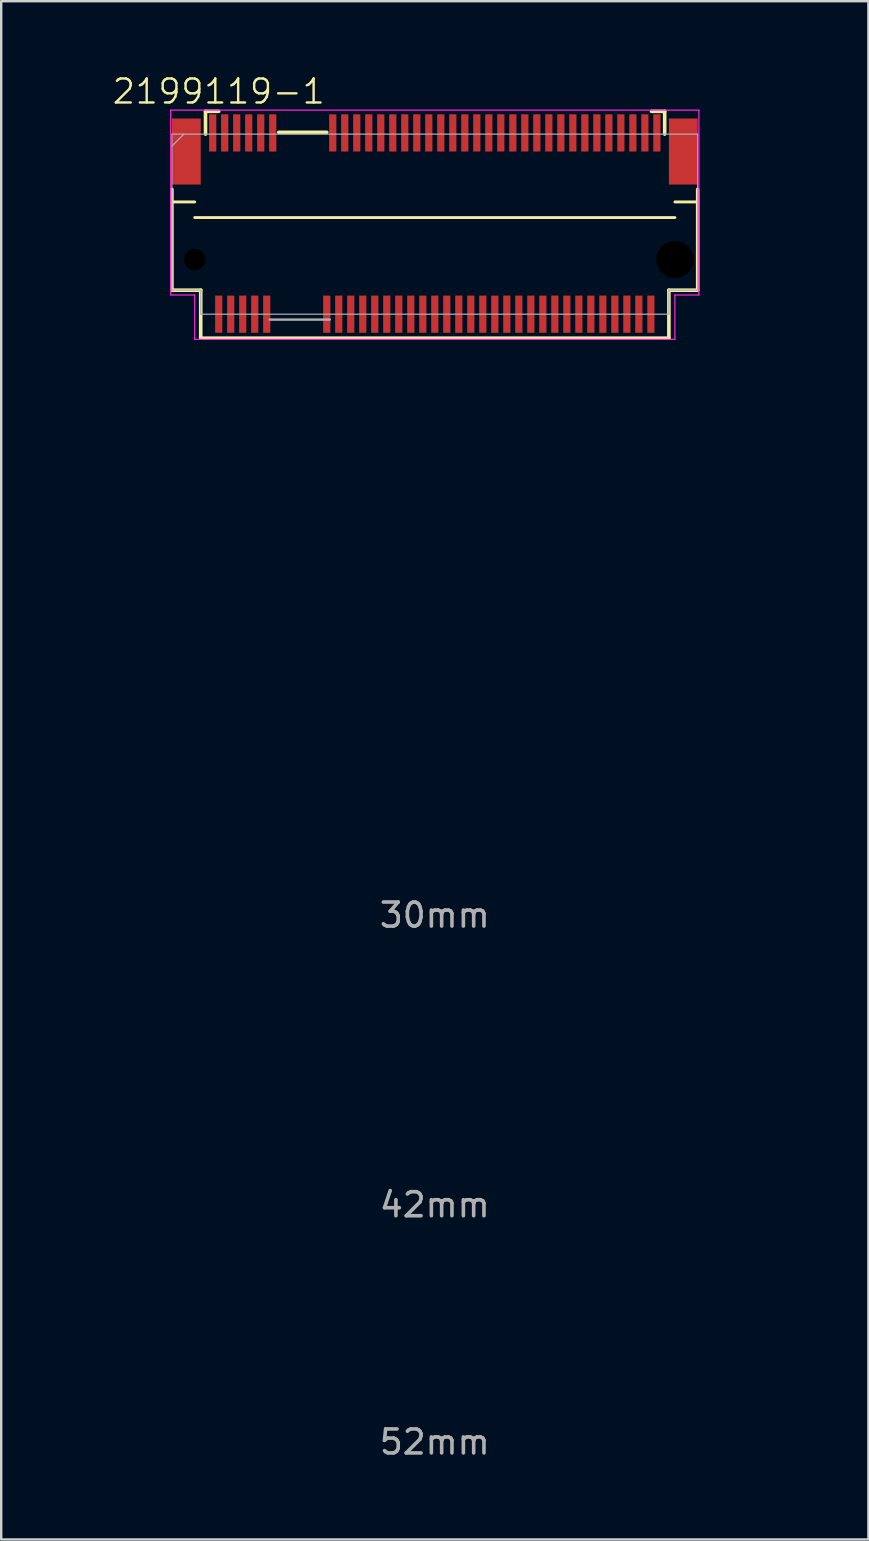
<source format=kicad_pcb>
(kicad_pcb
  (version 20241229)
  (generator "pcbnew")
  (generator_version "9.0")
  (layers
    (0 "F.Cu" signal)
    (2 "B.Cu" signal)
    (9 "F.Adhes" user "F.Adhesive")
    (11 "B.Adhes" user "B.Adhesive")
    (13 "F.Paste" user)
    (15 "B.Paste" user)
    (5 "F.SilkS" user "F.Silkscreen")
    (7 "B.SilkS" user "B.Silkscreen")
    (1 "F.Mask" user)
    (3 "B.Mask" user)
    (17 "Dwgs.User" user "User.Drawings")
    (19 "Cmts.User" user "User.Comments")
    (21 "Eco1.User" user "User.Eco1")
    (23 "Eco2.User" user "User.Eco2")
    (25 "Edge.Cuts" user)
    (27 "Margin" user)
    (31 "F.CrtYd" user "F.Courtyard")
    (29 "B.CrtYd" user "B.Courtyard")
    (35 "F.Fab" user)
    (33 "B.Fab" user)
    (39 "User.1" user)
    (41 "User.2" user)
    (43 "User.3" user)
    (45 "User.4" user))
  (footprint "2199119-1"
    (layer "F.Cu")
    (at 15.06 6.011)
    (property "Reference" "2199119-1" (at -9 -5.25 0) (layer "F.SilkS") (effects (font (size 1 1) (thickness 0.1))))
    (attr smd)
    (fp_line (start -10.95 3.025) (end -10.95 -1.175) (stroke (width 0.15) (type solid)) (layer "F.SilkS"))
    (fp_line (start -10 -0.65) (end -10.95 -0.65) (stroke (width 0.12) (type solid)) (layer "F.SilkS"))
    (fp_line (start -10 0) (end 10 0) (stroke (width 0.12) (type default)) (layer "F.SilkS"))
    (fp_line (start -9.75 3.025) (end -10.95 3.025) (stroke (width 0.15) (type solid)) (layer "F.SilkS"))
    (fp_line (start -9.75 5.025) (end -9.75 3.025) (stroke (width 0.15) (type solid)) (layer "F.SilkS"))
    (fp_line (start -9.55 -4.425) (end -9 -4.425) (stroke (width 0.15) (type solid)) (layer "F.SilkS"))
    (fp_line (start -9.55 -3.475) (end -9.55 -4.425) (stroke (width 0.15) (type solid)) (layer "F.SilkS"))
    (fp_line (start -6.5 -3.55) (end -4.5 -3.55) (stroke (width 0.15) (type solid)) (layer "F.SilkS"))
    (fp_line (start 9.025 -4.425) (end 9.575 -4.425) (stroke (width 0.15) (type solid)) (layer "F.SilkS"))
    (fp_line (start 9.575 -3.475) (end 9.575 -4.425) (stroke (width 0.15) (type solid)) (layer "F.SilkS"))
    (fp_line (start 9.75 3.025) (end 9.75 5.025) (stroke (width 0.15) (type solid)) (layer "F.SilkS"))
    (fp_line (start 9.75 5.025) (end -9.75 5.025) (stroke (width 0.15) (type solid)) (layer "F.SilkS"))
    (fp_line (start 10 -0.65) (end 10.95 -0.65) (stroke (width 0.12) (type solid)) (layer "F.SilkS"))
    (fp_line (start 10.95 3.025) (end 9.75 3.025) (stroke (width 0.15) (type solid)) (layer "F.SilkS"))
    (fp_line (start 10.95 3.025) (end 10.95 -1.175) (stroke (width 0.15) (type solid)) (layer "F.SilkS"))
    (fp_line (start -11 -4.475) (end 11 -4.475) (stroke (width 0.05) (type solid)) (layer "F.CrtYd"))
    (fp_line (start -11 3.225) (end -11 -4.475) (stroke (width 0.05) (type solid)) (layer "F.CrtYd"))
    (fp_line (start -10 3.225) (end -11 3.225) (stroke (width 0.05) (type solid)) (layer "F.CrtYd"))
    (fp_line (start -10 5.075) (end -10 3.225) (stroke (width 0.05) (type solid)) (layer "F.CrtYd"))
    (fp_line (start 10 3.225) (end 10 5.075) (stroke (width 0.05) (type solid)) (layer "F.CrtYd"))
    (fp_line (start 10 5.075) (end -10 5.075) (stroke (width 0.05) (type solid)) (layer "F.CrtYd"))
    (fp_line (start 11 -4.475) (end 11 3.225) (stroke (width 0.05) (type solid)) (layer "F.CrtYd"))
    (fp_line (start 11 3.225) (end 10 3.225) (stroke (width 0.05) (type solid)) (layer "F.CrtYd"))
    (fp_line (start -10.95 -3.475) (end -10.95 3.025) (stroke (width 0.05) (type solid)) (layer "F.Fab"))
    (fp_line (start -10.95 -3.475) (end 10.95 -3.475) (stroke (width 0.05) (type solid)) (layer "F.Fab"))
    (fp_line (start -10.95 -2.975) (end -10.45 -3.475) (stroke (width 0.05) (type solid)) (layer "F.Fab"))
    (fp_line (start -10.95 3.025) (end -9.75 3.025) (stroke (width 0.05) (type solid)) (layer "F.Fab"))
    (fp_line (start -9.75 3.025) (end -9.75 4.025) (stroke (width 0.05) (type solid)) (layer "F.Fab"))
    (fp_line (start -9.75 4.025) (end 9.75 4.025) (stroke (width 0.05) (type solid)) (layer "F.Fab"))
    (fp_line (start -6.875 4.25) (end -4.375 4.25) (stroke (width 0.1) (type solid)) (layer "F.Fab"))
    (fp_line (start 9.75 3.025) (end 9.75 4.025) (stroke (width 0.05) (type solid)) (layer "F.Fab"))
    (fp_line (start 10.95 3.025) (end 9.75 3.025) (stroke (width 0.05) (type solid)) (layer "F.Fab"))
    (fp_line (start 10.95 3.025) (end 10.95 -3.475) (stroke (width 0.05) (type solid)) (layer "F.Fab"))
    (fp_rect (start -15 4) (end 15 42) (stroke (width 0.12) (type solid)) (fill no) (layer "User.2"))
    (fp_rect (start -15 4) (end 15 52) (stroke (width 0.12) (type solid)) (fill no) (layer "User.2"))
    (fp_rect (start -10 4) (end 10 30) (stroke (width 0.12) (type solid)) (fill no) (layer "User.2"))
    (fp_rect (start -10 4) (end 10 42) (stroke (width 0.12) (type solid)) (fill no) (layer "User.2"))
    (fp_text user "42mm" (at 0 41.12 0) (unlocked yes) (layer "F.Fab") (effects (font (size 1 1) (thickness 0.15))))
    (fp_text user "52mm" (at 0 51 0) (unlocked yes) (layer "F.Fab") (effects (font (size 1 1) (thickness 0.15))))
    (fp_text user "30mm" (at 0 29.055 0) (unlocked yes) (layer "F.Fab") (effects (font (size 1 1) (thickness 0.15))))
    (pad "" np_thru_hole circle (at -10 1.75) (size 1 1) (drill 0.9) (layers "*.Mask"))
    (pad "" np_thru_hole circle (at 10 1.75) (size 1.65 1.65) (drill 1.55) (layers "*.Mask"))
    (pad "1" smd rect (at -9.25 -3.525) (size 0.3 1.55) (layers "F.Cu" "F.Mask" "F.Paste"))
    (pad "2" smd rect (at -9 4.025) (size 0.3 1.55) (layers "F.Cu" "F.Mask" "F.Paste"))
    (pad "3" smd rect (at -8.75 -3.525) (size 0.3 1.55) (layers "F.Cu" "F.Mask" "F.Paste"))
    (pad "4" smd rect (at -8.5 4.025) (size 0.3 1.55) (layers "F.Cu" "F.Mask" "F.Paste"))
    (pad "5" smd rect (at -8.25 -3.525) (size 0.3 1.55) (layers "F.Cu" "F.Mask" "F.Paste"))
    (pad "6" smd rect (at -8 4.025) (size 0.3 1.55) (layers "F.Cu" "F.Mask" "F.Paste"))
    (pad "7" smd rect (at -7.75 -3.525) (size 0.3 1.55) (layers "F.Cu" "F.Mask" "F.Paste"))
    (pad "8" smd rect (at -7.5 4.025) (size 0.3 1.55) (layers "F.Cu" "F.Mask" "F.Paste"))
    (pad "9" smd rect (at -7.25 -3.525) (size 0.3 1.55) (layers "F.Cu" "F.Mask" "F.Paste"))
    (pad "10" smd rect (at -7 4.025) (size 0.3 1.55) (layers "F.Cu" "F.Mask" "F.Paste"))
    (pad "11" smd rect (at -6.75 -3.525) (size 0.3 1.55) (layers "F.Cu" "F.Mask" "F.Paste"))
    (pad "20" smd rect (at -4.5 4.025) (size 0.3 1.55) (layers "F.Cu" "F.Mask" "F.Paste"))
    (pad "21" smd rect (at -4.25 -3.525) (size 0.3 1.55) (layers "F.Cu" "F.Mask" "F.Paste"))
    (pad "22" smd rect (at -4 4.025) (size 0.3 1.55) (layers "F.Cu" "F.Mask" "F.Paste"))
    (pad "23" smd rect (at -3.75 -3.525) (size 0.3 1.55) (layers "F.Cu" "F.Mask" "F.Paste"))
    (pad "24" smd rect (at -3.5 4.025) (size 0.3 1.55) (layers "F.Cu" "F.Mask" "F.Paste"))
    (pad "25" smd rect (at -3.25 -3.525) (size 0.3 1.55) (layers "F.Cu" "F.Mask" "F.Paste"))
    (pad "26" smd rect (at -3 4.025) (size 0.3 1.55) (layers "F.Cu" "F.Mask" "F.Paste"))
    (pad "27" smd rect (at -2.75 -3.525) (size 0.3 1.55) (layers "F.Cu" "F.Mask" "F.Paste"))
    (pad "28" smd rect (at -2.5 4.025) (size 0.3 1.55) (layers "F.Cu" "F.Mask" "F.Paste"))
    (pad "29" smd rect (at -2.25 -3.525) (size 0.3 1.55) (layers "F.Cu" "F.Mask" "F.Paste"))
    (pad "30" smd rect (at -2 4.025) (size 0.3 1.55) (layers "F.Cu" "F.Mask" "F.Paste"))
    (pad "31" smd rect (at -1.75 -3.525) (size 0.3 1.55) (layers "F.Cu" "F.Mask" "F.Paste"))
    (pad "32" smd rect (at -1.5 4.025) (size 0.3 1.55) (layers "F.Cu" "F.Mask" "F.Paste"))
    (pad "33" smd rect (at -1.25 -3.525) (size 0.3 1.55) (layers "F.Cu" "F.Mask" "F.Paste"))
    (pad "34" smd rect (at -1 4.025) (size 0.3 1.55) (layers "F.Cu" "F.Mask" "F.Paste"))
    (pad "35" smd rect (at -0.75 -3.525) (size 0.3 1.55) (layers "F.Cu" "F.Mask" "F.Paste"))
    (pad "36" smd rect (at -0.5 4.025) (size 0.3 1.55) (layers "F.Cu" "F.Mask" "F.Paste"))
    (pad "37" smd rect (at -0.25 -3.525) (size 0.3 1.55) (layers "F.Cu" "F.Mask" "F.Paste"))
    (pad "38" smd rect (at 0 4.025) (size 0.3 1.55) (layers "F.Cu" "F.Mask" "F.Paste"))
    (pad "39" smd rect (at 0.25 -3.525) (size 0.3 1.55) (layers "F.Cu" "F.Mask" "F.Paste"))
    (pad "40" smd rect (at 0.5 4.025) (size 0.3 1.55) (layers "F.Cu" "F.Mask" "F.Paste"))
    (pad "41" smd rect (at 0.75 -3.525) (size 0.3 1.55) (layers "F.Cu" "F.Mask" "F.Paste"))
    (pad "42" smd rect (at 1 4.025) (size 0.3 1.55) (layers "F.Cu" "F.Mask" "F.Paste"))
    (pad "43" smd rect (at 1.25 -3.525) (size 0.3 1.55) (layers "F.Cu" "F.Mask" "F.Paste"))
    (pad "44" smd rect (at 1.5 4.025) (size 0.3 1.55) (layers "F.Cu" "F.Mask" "F.Paste"))
    (pad "45" smd rect (at 1.75 -3.525) (size 0.3 1.55) (layers "F.Cu" "F.Mask" "F.Paste"))
    (pad "46" smd rect (at 2 4.025) (size 0.3 1.55) (layers "F.Cu" "F.Mask" "F.Paste"))
    (pad "47" smd rect (at 2.25 -3.525) (size 0.3 1.55) (layers "F.Cu" "F.Mask" "F.Paste"))
    (pad "48" smd rect (at 2.5 4.025) (size 0.3 1.55) (layers "F.Cu" "F.Mask" "F.Paste"))
    (pad "49" smd rect (at 2.75 -3.525) (size 0.3 1.55) (layers "F.Cu" "F.Mask" "F.Paste"))
    (pad "50" smd rect (at 3 4.025) (size 0.3 1.55) (layers "F.Cu" "F.Mask" "F.Paste"))
    (pad "51" smd rect (at 3.25 -3.525) (size 0.3 1.55) (layers "F.Cu" "F.Mask" "F.Paste"))
    (pad "52" smd rect (at 3.5 4.025) (size 0.3 1.55) (layers "F.Cu" "F.Mask" "F.Paste"))
    (pad "53" smd rect (at 3.75 -3.525) (size 0.3 1.55) (layers "F.Cu" "F.Mask" "F.Paste"))
    (pad "54" smd rect (at 4 4.025) (size 0.3 1.55) (layers "F.Cu" "F.Mask" "F.Paste"))
    (pad "55" smd rect (at 4.25 -3.525) (size 0.3 1.55) (layers "F.Cu" "F.Mask" "F.Paste"))
    (pad "56" smd rect (at 4.5 4.025) (size 0.3 1.55) (layers "F.Cu" "F.Mask" "F.Paste"))
    (pad "57" smd rect (at 4.75 -3.525) (size 0.3 1.55) (layers "F.Cu" "F.Mask" "F.Paste"))
    (pad "58" smd rect (at 5 4.025) (size 0.3 1.55) (layers "F.Cu" "F.Mask" "F.Paste"))
    (pad "59" smd rect (at 5.25 -3.525) (size 0.3 1.55) (layers "F.Cu" "F.Mask" "F.Paste"))
    (pad "60" smd rect (at 5.5 4.025) (size 0.3 1.55) (layers "F.Cu" "F.Mask" "F.Paste"))
    (pad "61" smd rect (at 5.75 -3.525) (size 0.3 1.55) (layers "F.Cu" "F.Mask" "F.Paste"))
    (pad "62" smd rect (at 6 4.025) (size 0.3 1.55) (layers "F.Cu" "F.Mask" "F.Paste"))
    (pad "63" smd rect (at 6.25 -3.525) (size 0.3 1.55) (layers "F.Cu" "F.Mask" "F.Paste"))
    (pad "64" smd rect (at 6.5 4.025) (size 0.3 1.55) (layers "F.Cu" "F.Mask" "F.Paste"))
    (pad "65" smd rect (at 6.75 -3.525) (size 0.3 1.55) (layers "F.Cu" "F.Mask" "F.Paste"))
    (pad "66" smd rect (at 7 4.025) (size 0.3 1.55) (layers "F.Cu" "F.Mask" "F.Paste"))
    (pad "67" smd rect (at 7.25 -3.525) (size 0.3 1.55) (layers "F.Cu" "F.Mask" "F.Paste"))
    (pad "68" smd rect (at 7.5 4.025) (size 0.3 1.55) (layers "F.Cu" "F.Mask" "F.Paste"))
    (pad "69" smd rect (at 7.75 -3.525) (size 0.3 1.55) (layers "F.Cu" "F.Mask" "F.Paste"))
    (pad "70" smd rect (at 8 4.025) (size 0.3 1.55) (layers "F.Cu" "F.Mask" "F.Paste"))
    (pad "71" smd rect (at 8.25 -3.525) (size 0.3 1.55) (layers "F.Cu" "F.Mask" "F.Paste"))
    (pad "72" smd rect (at 8.5 4.025) (size 0.3 1.55) (layers "F.Cu" "F.Mask" "F.Paste"))
    (pad "73" smd rect (at 8.75 -3.525) (size 0.3 1.55) (layers "F.Cu" "F.Mask" "F.Paste"))
    (pad "74" smd rect (at 9 4.025) (size 0.3 1.55) (layers "F.Cu" "F.Mask" "F.Paste"))
    (pad "75" smd rect (at 9.25 -3.525) (size 0.3 1.55) (layers "F.Cu" "F.Mask" "F.Paste"))
    (pad "SH1" smd rect (at -10.35 -2.75) (size 1.2 2.75) (layers "F.Cu" "F.Mask" "F.Paste"))
    (pad "SH2" smd rect (at 10.35 -2.75) (size 1.2 2.75) (layers "F.Cu" "F.Mask" "F.Paste")))
  (gr_rect
    (start -3 -3)
    (end 33.12 61.071)
    (stroke (width 0.1) (type default))
    (fill no)
    (layer "Edge.Cuts")))
</source>
